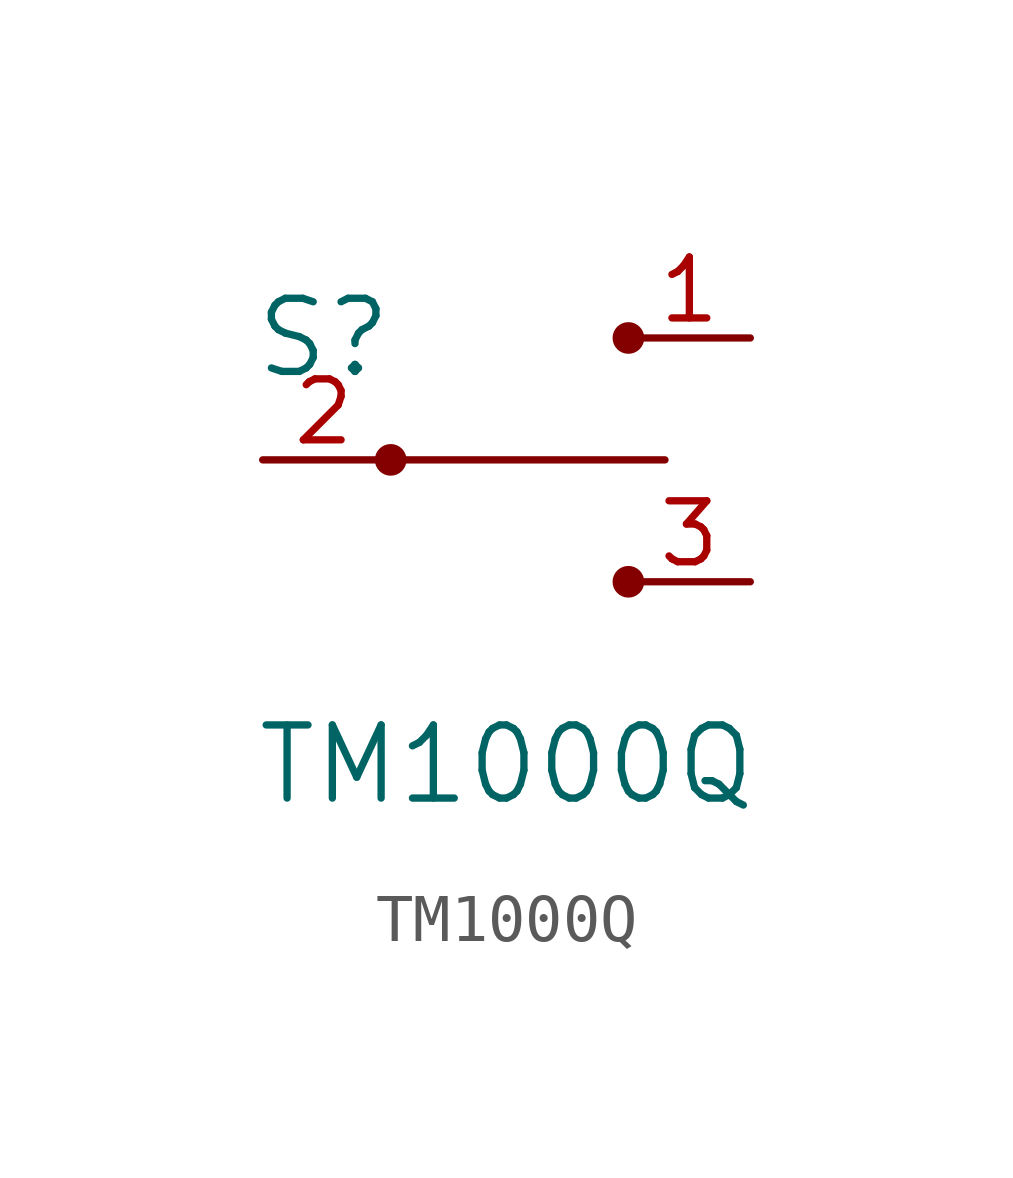
<source format=kicad_sym>
(kicad_symbol_lib
  (version 20211014)
  (generator kicad_symbol_editor)
  (symbol "TM1000Q"
    (pin_names
      (offset 0) hide)
    (property "Reference" "S"
      (at -3.81 2.54 0)
      (effects (font (size 1.524 1.524))))
    (property "Value" "TM1000Q"
      (at 0 -6.35 0)
      (effects (font (size 1.524 1.524))))
    (symbol "TM1000Q_0_1"
      (circle (center -2.413 0) (radius 0.254) (stroke (width 0) (type default) (color 0 0 0 0)) (fill (type outline)))
      (polyline (pts (xy -2.286 0) (xy 3.302 0)) (stroke (width 0) (type default) (color 0 0 0 0)) (fill (type none)))
      (circle (center 2.54 -2.54) (radius 0.254) (stroke (width 0) (type default) (color 0 0 0 0)) (fill (type outline)))
      (circle (center 2.54 2.54) (radius 0.254) (stroke (width 0) (type default) (color 0 0 0 0)) (fill (type outline))))
    (symbol "TM1000Q_1_1"
      (pin passive line (at 5.08 2.54 180) (length 2.54) (name "Out" (effects (font (size 1.27 1.27)))) (number "1" (effects (font (size 1.27 1.27)))))
      (pin passive line (at -5.08 0 0) (length 2.54) (name "In" (effects (font (size 1.27 1.27)))) (number "2" (effects (font (size 1.27 1.27)))))
      (pin passive line (at 5.08 -2.54 180) (length 2.54) (name "Out" (effects (font (size 1.27 1.27)))) (number "3" (effects (font (size 1.27 1.27))))))))
</source>
